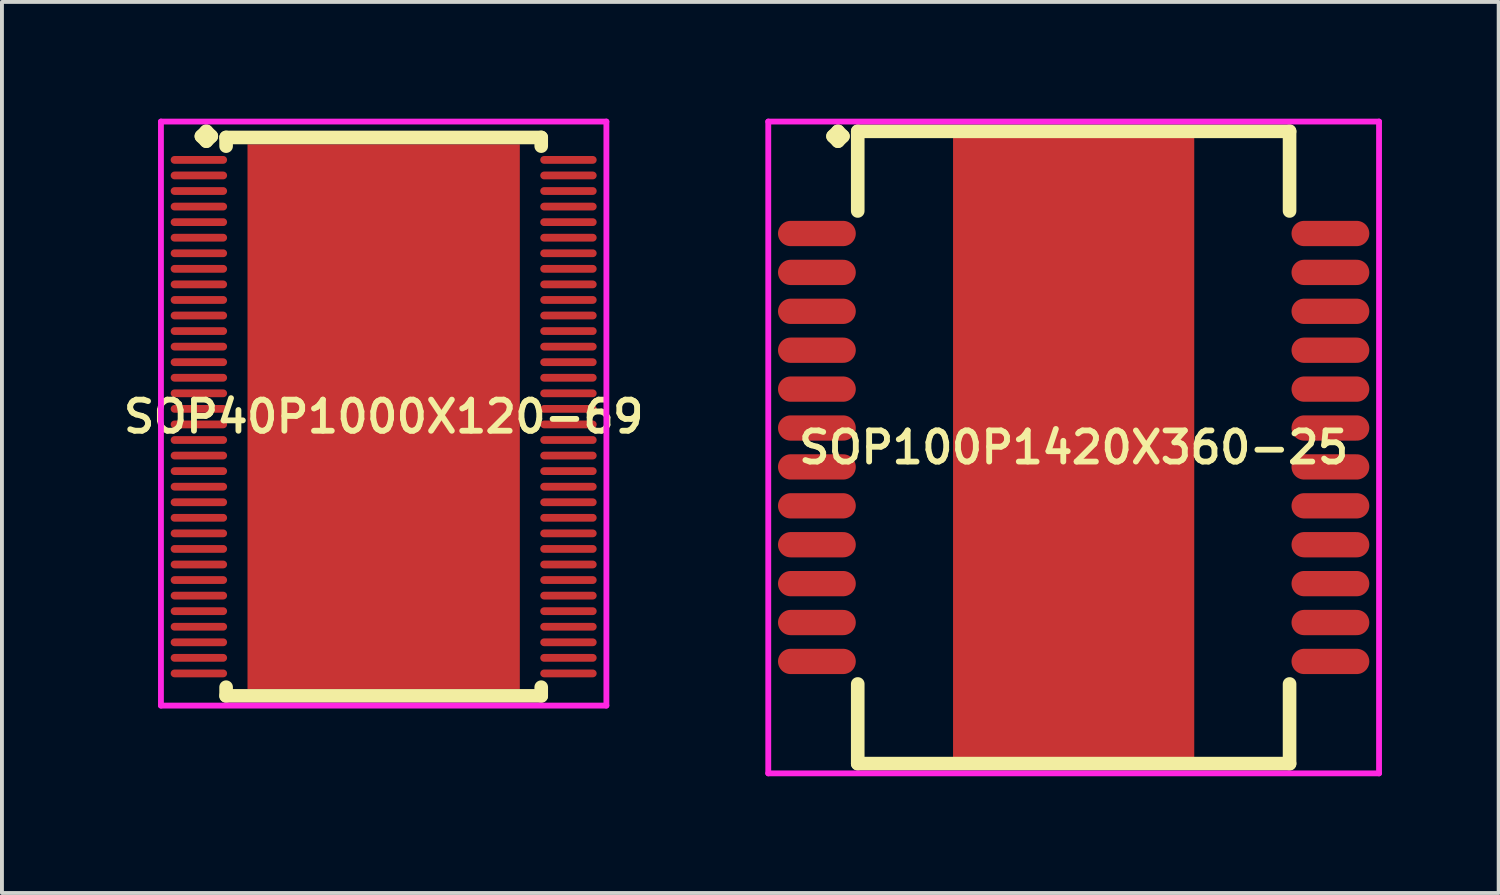
<source format=kicad_pcb>
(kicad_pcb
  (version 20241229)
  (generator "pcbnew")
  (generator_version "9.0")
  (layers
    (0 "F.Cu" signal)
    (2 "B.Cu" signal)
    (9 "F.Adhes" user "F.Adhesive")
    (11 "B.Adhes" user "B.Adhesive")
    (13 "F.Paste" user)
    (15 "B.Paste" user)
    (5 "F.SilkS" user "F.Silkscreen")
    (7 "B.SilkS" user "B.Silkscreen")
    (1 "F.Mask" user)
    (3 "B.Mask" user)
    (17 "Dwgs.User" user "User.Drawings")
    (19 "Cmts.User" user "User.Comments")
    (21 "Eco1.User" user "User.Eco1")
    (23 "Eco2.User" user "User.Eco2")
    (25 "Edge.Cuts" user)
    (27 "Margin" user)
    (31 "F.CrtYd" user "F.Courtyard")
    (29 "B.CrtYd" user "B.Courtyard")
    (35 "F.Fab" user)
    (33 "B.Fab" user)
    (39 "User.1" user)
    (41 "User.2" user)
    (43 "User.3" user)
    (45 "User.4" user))
  (footprint "SOP100P1420X360-25"
    (layer "F.Cu")
    (at 24.548 8.452)
    (property "Reference" "SOP100P1420X360-25" (at 0 0 0) (layer "F.SilkS") (effects (font (size 0.8 0.8) (thickness 0.15))))
    (attr smd)
    (fp_line (start -6.185 -8) (end -6.058 -8.127) (stroke (width 0.35) (type solid)) (layer "F.SilkS"))
    (fp_line (start -6.058 -8.127) (end -5.931 -8) (stroke (width 0.35) (type solid)) (layer "F.SilkS"))
    (fp_line (start -6.058 -7.873) (end -6.185 -8) (stroke (width 0.35) (type solid)) (layer "F.SilkS"))
    (fp_line (start -5.931 -8) (end -6.058 -7.873) (stroke (width 0.35) (type solid)) (layer "F.SilkS"))
    (fp_line (start -5.55 -8.127) (end 5.55 -8.127) (stroke (width 0.35) (type solid)) (layer "F.SilkS"))
    (fp_line (start -5.55 -6.079) (end -5.55 -8.127) (stroke (width 0.35) (type solid)) (layer "F.SilkS"))
    (fp_line (start -5.55 6.079) (end -5.55 8.127) (stroke (width 0.35) (type solid)) (layer "F.SilkS"))
    (fp_line (start -5.55 8.127) (end 5.55 8.127) (stroke (width 0.35) (type solid)) (layer "F.SilkS"))
    (fp_line (start 5.55 -8.127) (end 5.55 -6.079) (stroke (width 0.35) (type solid)) (layer "F.SilkS"))
    (fp_line (start 5.55 8.127) (end 5.55 6.079) (stroke (width 0.35) (type solid)) (layer "F.SilkS"))
    (fp_line (start -7.85 -8.377) (end 7.85 -8.377) (stroke (width 0.15) (type solid)) (layer "F.CrtYd"))
    (fp_line (start -7.85 8.377) (end -7.85 -8.377) (stroke (width 0.15) (type solid)) (layer "F.CrtYd"))
    (fp_line (start 7.85 -8.377) (end 7.85 8.377) (stroke (width 0.15) (type solid)) (layer "F.CrtYd"))
    (fp_line (start 7.85 8.377) (end -7.85 8.377) (stroke (width 0.15) (type solid)) (layer "F.CrtYd"))
    (pad "1" smd oval (at -6.6 -5.5) (size 2 0.65) (layers "F.Cu" "F.Mask" "F.Paste"))
    (pad "2" smd oval (at -6.6 -4.5) (size 2 0.65) (layers "F.Cu" "F.Mask" "F.Paste"))
    (pad "3" smd oval (at -6.6 -3.5) (size 2 0.65) (layers "F.Cu" "F.Mask" "F.Paste"))
    (pad "4" smd oval (at -6.6 -2.5) (size 2 0.65) (layers "F.Cu" "F.Mask" "F.Paste"))
    (pad "5" smd oval (at -6.6 -1.5) (size 2 0.65) (layers "F.Cu" "F.Mask" "F.Paste"))
    (pad "6" smd oval (at -6.6 -0.5) (size 2 0.65) (layers "F.Cu" "F.Mask" "F.Paste"))
    (pad "7" smd oval (at -6.6 0.5) (size 2 0.65) (layers "F.Cu" "F.Mask" "F.Paste"))
    (pad "8" smd oval (at -6.6 1.5) (size 2 0.65) (layers "F.Cu" "F.Mask" "F.Paste"))
    (pad "9" smd oval (at -6.6 2.5) (size 2 0.65) (layers "F.Cu" "F.Mask" "F.Paste"))
    (pad "10" smd oval (at -6.6 3.5) (size 2 0.65) (layers "F.Cu" "F.Mask" "F.Paste"))
    (pad "11" smd oval (at -6.6 4.5) (size 2 0.65) (layers "F.Cu" "F.Mask" "F.Paste"))
    (pad "12" smd oval (at -6.6 5.5) (size 2 0.65) (layers "F.Cu" "F.Mask" "F.Paste"))
    (pad "13" smd oval (at 6.6 5.5) (size 2 0.65) (layers "F.Cu" "F.Mask" "F.Paste"))
    (pad "14" smd oval (at 6.6 4.5) (size 2 0.65) (layers "F.Cu" "F.Mask" "F.Paste"))
    (pad "15" smd oval (at 6.6 3.5) (size 2 0.65) (layers "F.Cu" "F.Mask" "F.Paste"))
    (pad "16" smd oval (at 6.6 2.5) (size 2 0.65) (layers "F.Cu" "F.Mask" "F.Paste"))
    (pad "17" smd oval (at 6.6 1.5) (size 2 0.65) (layers "F.Cu" "F.Mask" "F.Paste"))
    (pad "18" smd oval (at 6.6 0.5) (size 2 0.65) (layers "F.Cu" "F.Mask" "F.Paste"))
    (pad "19" smd oval (at 6.6 -0.5) (size 2 0.65) (layers "F.Cu" "F.Mask" "F.Paste"))
    (pad "20" smd oval (at 6.6 -1.5) (size 2 0.65) (layers "F.Cu" "F.Mask" "F.Paste"))
    (pad "21" smd oval (at 6.6 -2.5) (size 2 0.65) (layers "F.Cu" "F.Mask" "F.Paste"))
    (pad "22" smd oval (at 6.6 -3.5) (size 2 0.65) (layers "F.Cu" "F.Mask" "F.Paste"))
    (pad "23" smd oval (at 6.6 -4.5) (size 2 0.65) (layers "F.Cu" "F.Mask" "F.Paste"))
    (pad "24" smd oval (at 6.6 -5.5) (size 2 0.65) (layers "F.Cu" "F.Mask" "F.Paste"))
    (pad "25" smd rect (at 0 0) (size 6.2 16) (layers "F.Cu" "F.Mask" "F.Paste")))
  (footprint "SOP40P1000X120-69"
    (layer "F.Cu")
    (at 6.812 7.66)
    (property "Reference" "SOP40P1000X120-69" (at 0 0 0) (layer "F.SilkS") (effects (font (size 0.8 0.8) (thickness 0.15))))
    (attr smd)
    (fp_line (start -4.685 -7.208) (end -4.558 -7.335) (stroke (width 0.35) (type solid)) (layer "F.SilkS"))
    (fp_line (start -4.558 -7.335) (end -4.431 -7.208) (stroke (width 0.35) (type solid)) (layer "F.SilkS"))
    (fp_line (start -4.558 -7.081) (end -4.685 -7.208) (stroke (width 0.35) (type solid)) (layer "F.SilkS"))
    (fp_line (start -4.431 -7.208) (end -4.558 -7.081) (stroke (width 0.35) (type solid)) (layer "F.SilkS"))
    (fp_line (start -4.05 -7.177) (end 4.05 -7.177) (stroke (width 0.35) (type solid)) (layer "F.SilkS"))
    (fp_line (start -4.05 -6.954) (end -4.05 -7.177) (stroke (width 0.35) (type solid)) (layer "F.SilkS"))
    (fp_line (start -4.05 6.954) (end -4.05 7.177) (stroke (width 0.35) (type solid)) (layer "F.SilkS"))
    (fp_line (start -4.05 7.177) (end 4.05 7.177) (stroke (width 0.35) (type solid)) (layer "F.SilkS"))
    (fp_line (start 4.05 -7.177) (end 4.05 -6.954) (stroke (width 0.35) (type solid)) (layer "F.SilkS"))
    (fp_line (start 4.05 7.177) (end 4.05 6.954) (stroke (width 0.35) (type solid)) (layer "F.SilkS"))
    (fp_line (start -5.725 -7.585) (end 5.725 -7.585) (stroke (width 0.15) (type solid)) (layer "F.CrtYd"))
    (fp_line (start -5.725 7.427) (end -5.725 -7.585) (stroke (width 0.15) (type solid)) (layer "F.CrtYd"))
    (fp_line (start 5.725 -7.585) (end 5.725 7.427) (stroke (width 0.15) (type solid)) (layer "F.CrtYd"))
    (fp_line (start 5.725 7.427) (end -5.725 7.427) (stroke (width 0.15) (type solid)) (layer "F.CrtYd"))
    (pad "1" smd oval (at -4.75 -6.6) (size 1.45 0.2) (layers "F.Cu" "F.Mask" "F.Paste"))
    (pad "2" smd oval (at -4.75 -6.2) (size 1.45 0.2) (layers "F.Cu" "F.Mask" "F.Paste"))
    (pad "3" smd oval (at -4.75 -5.8) (size 1.45 0.2) (layers "F.Cu" "F.Mask" "F.Paste"))
    (pad "4" smd oval (at -4.75 -5.4) (size 1.45 0.2) (layers "F.Cu" "F.Mask" "F.Paste"))
    (pad "5" smd oval (at -4.75 -5) (size 1.45 0.2) (layers "F.Cu" "F.Mask" "F.Paste"))
    (pad "6" smd oval (at -4.75 -4.6) (size 1.45 0.2) (layers "F.Cu" "F.Mask" "F.Paste"))
    (pad "7" smd oval (at -4.75 -4.2) (size 1.45 0.2) (layers "F.Cu" "F.Mask" "F.Paste"))
    (pad "8" smd oval (at -4.75 -3.8) (size 1.45 0.2) (layers "F.Cu" "F.Mask" "F.Paste"))
    (pad "9" smd oval (at -4.75 -3.4) (size 1.45 0.2) (layers "F.Cu" "F.Mask" "F.Paste"))
    (pad "10" smd oval (at -4.75 -3) (size 1.45 0.2) (layers "F.Cu" "F.Mask" "F.Paste"))
    (pad "11" smd oval (at -4.75 -2.6) (size 1.45 0.2) (layers "F.Cu" "F.Mask" "F.Paste"))
    (pad "12" smd oval (at -4.75 -2.2) (size 1.45 0.2) (layers "F.Cu" "F.Mask" "F.Paste"))
    (pad "13" smd oval (at -4.75 -1.8) (size 1.45 0.2) (layers "F.Cu" "F.Mask" "F.Paste"))
    (pad "14" smd oval (at -4.75 -1.4) (size 1.45 0.2) (layers "F.Cu" "F.Mask" "F.Paste"))
    (pad "15" smd oval (at -4.75 -1) (size 1.45 0.2) (layers "F.Cu" "F.Mask" "F.Paste"))
    (pad "16" smd oval (at -4.75 -0.6) (size 1.45 0.2) (layers "F.Cu" "F.Mask" "F.Paste"))
    (pad "17" smd oval (at -4.75 -0.2) (size 1.45 0.2) (layers "F.Cu" "F.Mask" "F.Paste"))
    (pad "18" smd oval (at -4.75 0.2) (size 1.45 0.2) (layers "F.Cu" "F.Mask" "F.Paste"))
    (pad "19" smd oval (at -4.75 0.6) (size 1.45 0.2) (layers "F.Cu" "F.Mask" "F.Paste"))
    (pad "20" smd oval (at -4.75 1) (size 1.45 0.2) (layers "F.Cu" "F.Mask" "F.Paste"))
    (pad "21" smd oval (at -4.75 1.4) (size 1.45 0.2) (layers "F.Cu" "F.Mask" "F.Paste"))
    (pad "22" smd oval (at -4.75 1.8) (size 1.45 0.2) (layers "F.Cu" "F.Mask" "F.Paste"))
    (pad "23" smd oval (at -4.75 2.2) (size 1.45 0.2) (layers "F.Cu" "F.Mask" "F.Paste"))
    (pad "24" smd oval (at -4.75 2.6) (size 1.45 0.2) (layers "F.Cu" "F.Mask" "F.Paste"))
    (pad "25" smd oval (at -4.75 3) (size 1.45 0.2) (layers "F.Cu" "F.Mask" "F.Paste"))
    (pad "26" smd oval (at -4.75 3.4) (size 1.45 0.2) (layers "F.Cu" "F.Mask" "F.Paste"))
    (pad "27" smd oval (at -4.75 3.8) (size 1.45 0.2) (layers "F.Cu" "F.Mask" "F.Paste"))
    (pad "28" smd oval (at -4.75 4.2) (size 1.45 0.2) (layers "F.Cu" "F.Mask" "F.Paste"))
    (pad "29" smd oval (at -4.75 4.6) (size 1.45 0.2) (layers "F.Cu" "F.Mask" "F.Paste"))
    (pad "30" smd oval (at -4.75 5) (size 1.45 0.2) (layers "F.Cu" "F.Mask" "F.Paste"))
    (pad "31" smd oval (at -4.75 5.4) (size 1.45 0.2) (layers "F.Cu" "F.Mask" "F.Paste"))
    (pad "32" smd oval (at -4.75 5.8) (size 1.45 0.2) (layers "F.Cu" "F.Mask" "F.Paste"))
    (pad "33" smd oval (at -4.75 6.2) (size 1.45 0.2) (layers "F.Cu" "F.Mask" "F.Paste"))
    (pad "34" smd oval (at -4.75 6.6) (size 1.45 0.2) (layers "F.Cu" "F.Mask" "F.Paste"))
    (pad "35" smd oval (at 4.75 6.6) (size 1.45 0.2) (layers "F.Cu" "F.Mask" "F.Paste"))
    (pad "36" smd oval (at 4.75 6.2) (size 1.45 0.2) (layers "F.Cu" "F.Mask" "F.Paste"))
    (pad "37" smd oval (at 4.75 5.8) (size 1.45 0.2) (layers "F.Cu" "F.Mask" "F.Paste"))
    (pad "38" smd oval (at 4.75 5.4) (size 1.45 0.2) (layers "F.Cu" "F.Mask" "F.Paste"))
    (pad "39" smd oval (at 4.75 5) (size 1.45 0.2) (layers "F.Cu" "F.Mask" "F.Paste"))
    (pad "40" smd oval (at 4.75 4.6) (size 1.45 0.2) (layers "F.Cu" "F.Mask" "F.Paste"))
    (pad "41" smd oval (at 4.75 4.2) (size 1.45 0.2) (layers "F.Cu" "F.Mask" "F.Paste"))
    (pad "42" smd oval (at 4.75 3.8) (size 1.45 0.2) (layers "F.Cu" "F.Mask" "F.Paste"))
    (pad "43" smd oval (at 4.75 3.4) (size 1.45 0.2) (layers "F.Cu" "F.Mask" "F.Paste"))
    (pad "44" smd oval (at 4.75 3) (size 1.45 0.2) (layers "F.Cu" "F.Mask" "F.Paste"))
    (pad "45" smd oval (at 4.75 2.6) (size 1.45 0.2) (layers "F.Cu" "F.Mask" "F.Paste"))
    (pad "46" smd oval (at 4.75 2.2) (size 1.45 0.2) (layers "F.Cu" "F.Mask" "F.Paste"))
    (pad "47" smd oval (at 4.75 1.8) (size 1.45 0.2) (layers "F.Cu" "F.Mask" "F.Paste"))
    (pad "48" smd oval (at 4.75 1.4) (size 1.45 0.2) (layers "F.Cu" "F.Mask" "F.Paste"))
    (pad "49" smd oval (at 4.75 1) (size 1.45 0.2) (layers "F.Cu" "F.Mask" "F.Paste"))
    (pad "50" smd oval (at 4.75 0.6) (size 1.45 0.2) (layers "F.Cu" "F.Mask" "F.Paste"))
    (pad "51" smd oval (at 4.75 0.2) (size 1.45 0.2) (layers "F.Cu" "F.Mask" "F.Paste"))
    (pad "52" smd oval (at 4.75 -0.2) (size 1.45 0.2) (layers "F.Cu" "F.Mask" "F.Paste"))
    (pad "53" smd oval (at 4.75 -0.6) (size 1.45 0.2) (layers "F.Cu" "F.Mask" "F.Paste"))
    (pad "54" smd oval (at 4.75 -1) (size 1.45 0.2) (layers "F.Cu" "F.Mask" "F.Paste"))
    (pad "55" smd oval (at 4.75 -1.4) (size 1.45 0.2) (layers "F.Cu" "F.Mask" "F.Paste"))
    (pad "56" smd oval (at 4.75 -1.8) (size 1.45 0.2) (layers "F.Cu" "F.Mask" "F.Paste"))
    (pad "57" smd oval (at 4.75 -2.2) (size 1.45 0.2) (layers "F.Cu" "F.Mask" "F.Paste"))
    (pad "58" smd oval (at 4.75 -2.6) (size 1.45 0.2) (layers "F.Cu" "F.Mask" "F.Paste"))
    (pad "59" smd oval (at 4.75 -3) (size 1.45 0.2) (layers "F.Cu" "F.Mask" "F.Paste"))
    (pad "60" smd oval (at 4.75 -3.4) (size 1.45 0.2) (layers "F.Cu" "F.Mask" "F.Paste"))
    (pad "61" smd oval (at 4.75 -3.8) (size 1.45 0.2) (layers "F.Cu" "F.Mask" "F.Paste"))
    (pad "62" smd oval (at 4.75 -4.2) (size 1.45 0.2) (layers "F.Cu" "F.Mask" "F.Paste"))
    (pad "63" smd oval (at 4.75 -4.6) (size 1.45 0.2) (layers "F.Cu" "F.Mask" "F.Paste"))
    (pad "64" smd oval (at 4.75 -5) (size 1.45 0.2) (layers "F.Cu" "F.Mask" "F.Paste"))
    (pad "65" smd oval (at 4.75 -5.4) (size 1.45 0.2) (layers "F.Cu" "F.Mask" "F.Paste"))
    (pad "66" smd oval (at 4.75 -5.8) (size 1.45 0.2) (layers "F.Cu" "F.Mask" "F.Paste"))
    (pad "67" smd oval (at 4.75 -6.2) (size 1.45 0.2) (layers "F.Cu" "F.Mask" "F.Paste"))
    (pad "68" smd oval (at 4.75 -6.6) (size 1.45 0.2) (layers "F.Cu" "F.Mask" "F.Paste"))
    (pad "69" smd rect (at 0 0) (size 7 14) (layers "F.Cu" "F.Mask" "F.Paste")))
  (gr_rect
    (start -3 -3)
    (end 35.473 19.904)
    (stroke (width 0.1) (type default))
    (fill no)
    (layer "Edge.Cuts")))
</source>
